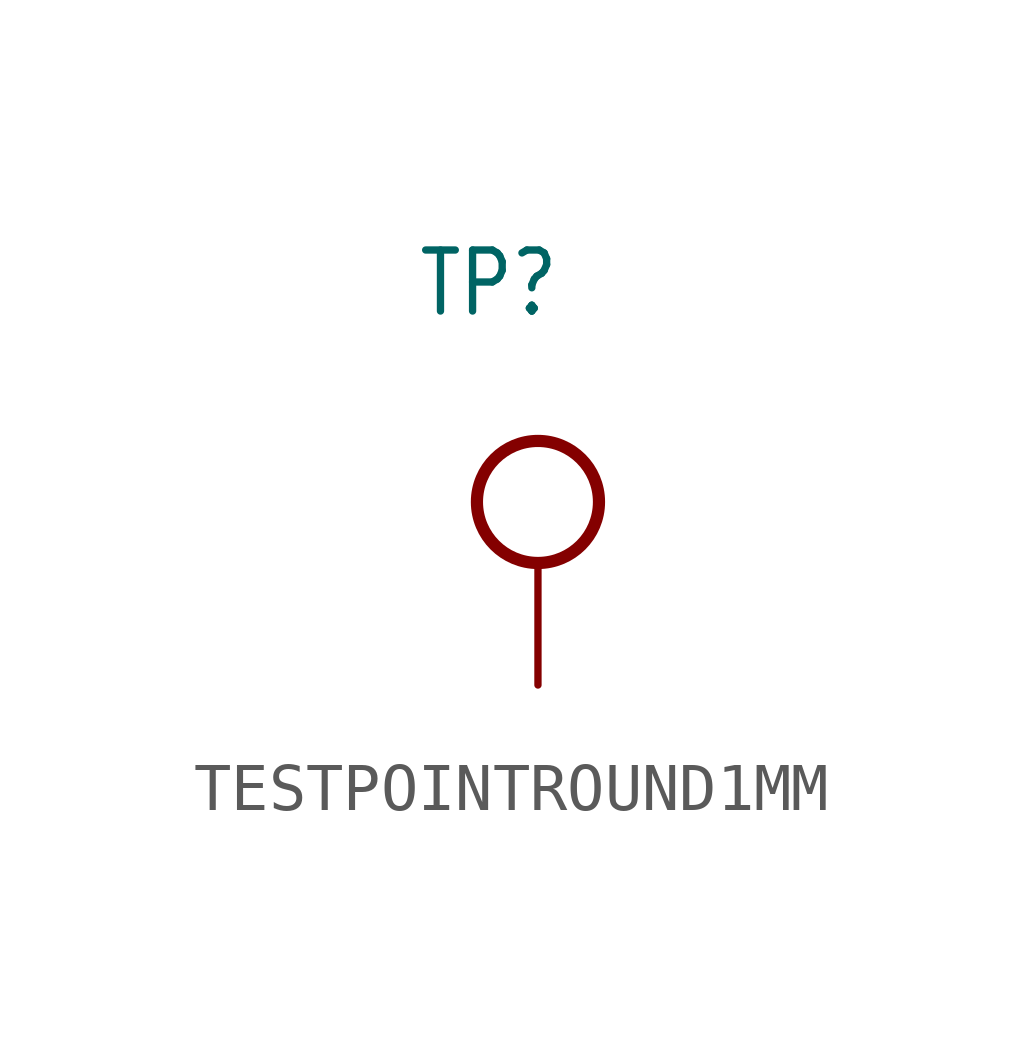
<source format=kicad_sym>
(kicad_symbol_lib
  (version 20220914)
  (generator kicad_symbol_editor)
  (symbol "TESTPOINTROUND1MM"
    (property "Reference" "TP"
      (at -2.54 7.62 0)
      (effects (font (size 1.27 1.079)) (justify left bottom)))
    (property "Value" ""
      (at -2.54 5.715 0)
      (effects (font (size 1.27 1.079)) (justify left bottom)))
    (property "ki_locked" ""
      (at 0 0 0)
      (effects (font (size 1.27 1.27))))
    (symbol "TESTPOINTROUND1MM_1_0"
      (circle (center 0 3.81) (radius 1.27) (stroke (width 0.254) (type solid)) (fill (type none)))
      (pin bidirectional line (at 0 0 90) (length 2.54) (name "P$1" (effects (font (size 0 0)))) (number "P$1" (effects (font (size 0 0))))))))
</source>
